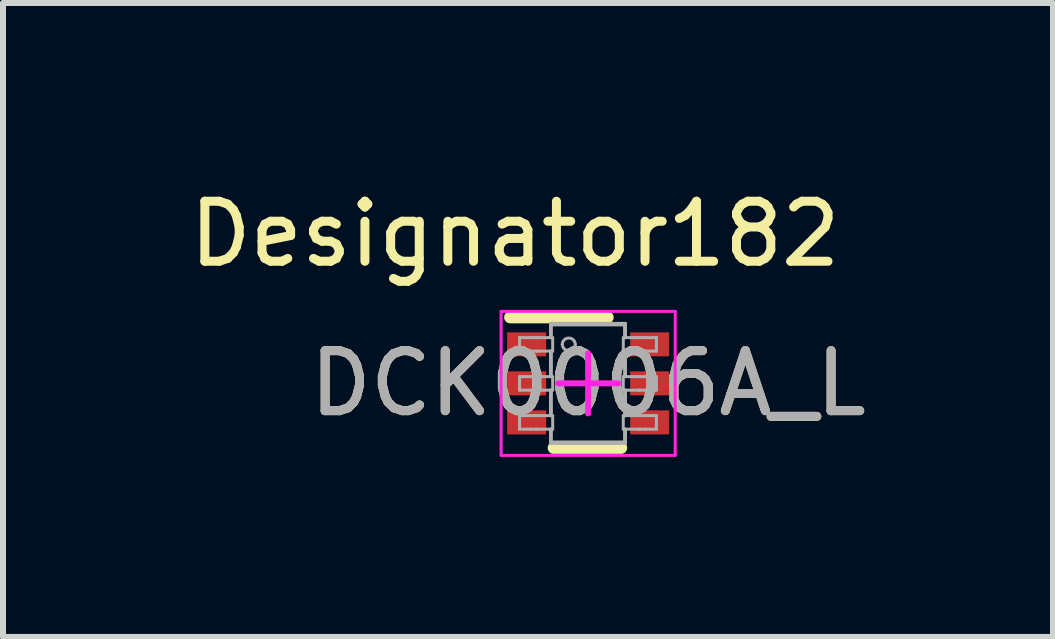
<source format=kicad_pcb>
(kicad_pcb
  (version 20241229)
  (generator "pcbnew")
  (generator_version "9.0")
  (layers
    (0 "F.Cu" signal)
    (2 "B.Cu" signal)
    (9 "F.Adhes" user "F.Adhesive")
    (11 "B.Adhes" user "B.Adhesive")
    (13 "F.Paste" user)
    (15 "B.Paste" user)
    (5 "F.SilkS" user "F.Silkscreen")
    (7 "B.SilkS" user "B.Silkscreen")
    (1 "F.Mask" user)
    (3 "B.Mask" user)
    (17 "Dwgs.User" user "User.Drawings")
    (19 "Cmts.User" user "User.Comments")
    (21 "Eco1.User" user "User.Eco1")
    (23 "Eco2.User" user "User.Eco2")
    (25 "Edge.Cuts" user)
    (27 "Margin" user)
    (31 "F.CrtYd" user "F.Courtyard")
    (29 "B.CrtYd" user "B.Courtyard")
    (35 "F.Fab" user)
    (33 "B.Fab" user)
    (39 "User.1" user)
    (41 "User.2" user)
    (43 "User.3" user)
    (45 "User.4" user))
  (footprint "DCK0006A_L"
    (layer "F.Cu")
    (at 6.749 3.337)
    (property "Reference" "DCK0006A_L" (at 0 0 0) (unlocked yes) (layer "F.SilkS") (effects (font (size 1 1) (thickness 0.15))))
    (attr smd)
    (fp_line (start -1.3 -1.1) (end 0.325 -1.1) (stroke (width 0.2) (type solid)) (layer "F.SilkS"))
    (fp_line (start -0.575 1.075) (end 0.55 1.075) (stroke (width 0.2) (type solid)) (layer "F.SilkS"))
    (fp_line (start -1.45 -1.2) (end 1.45 -1.2) (stroke (width 0.05) (type solid)) (layer "F.CrtYd"))
    (fp_line (start -1.45 1.2) (end -1.45 -1.2) (stroke (width 0.05) (type solid)) (layer "F.CrtYd"))
    (fp_line (start -1.45 1.2) (end 1.45 1.2) (stroke (width 0.05) (type solid)) (layer "F.CrtYd"))
    (fp_line (start -0.5 0) (end 0.5 0) (stroke (width 0.1) (type solid)) (layer "F.CrtYd"))
    (fp_line (start 0 0.5) (end 0 -0.5) (stroke (width 0.1) (type solid)) (layer "F.CrtYd"))
    (fp_line (start 1.45 1.2) (end 1.45 -1.2) (stroke (width 0.05) (type solid)) (layer "F.CrtYd"))
    (fp_line (start -1.143 -0.762) (end -0.959 -0.762) (stroke (width 0.05) (type solid)) (layer "F.Fab"))
    (fp_line (start -1.143 -0.537) (end -1.143 -0.762) (stroke (width 0.05) (type solid)) (layer "F.Fab"))
    (fp_line (start -1.143 -0.537) (end -0.959 -0.537) (stroke (width 0.05) (type solid)) (layer "F.Fab"))
    (fp_line (start -1.143 -0.112) (end -0.959 -0.112) (stroke (width 0.05) (type solid)) (layer "F.Fab"))
    (fp_line (start -1.143 0.113) (end -1.143 -0.112) (stroke (width 0.05) (type solid)) (layer "F.Fab"))
    (fp_line (start -1.143 0.113) (end -0.959 0.113) (stroke (width 0.05) (type solid)) (layer "F.Fab"))
    (fp_line (start -1.143 0.538) (end -0.959 0.538) (stroke (width 0.05) (type solid)) (layer "F.Fab"))
    (fp_line (start -1.143 0.763) (end -1.143 0.538) (stroke (width 0.05) (type solid)) (layer "F.Fab"))
    (fp_line (start -1.143 0.763) (end -0.959 0.763) (stroke (width 0.05) (type solid)) (layer "F.Fab"))
    (fp_line (start -0.959 -0.762) (end -0.865 -0.762) (stroke (width 0.05) (type solid)) (layer "F.Fab"))
    (fp_line (start -0.959 -0.537) (end -0.865 -0.537) (stroke (width 0.05) (type solid)) (layer "F.Fab"))
    (fp_line (start -0.959 -0.112) (end -0.865 -0.112) (stroke (width 0.05) (type solid)) (layer "F.Fab"))
    (fp_line (start -0.959 0.113) (end -0.865 0.113) (stroke (width 0.05) (type solid)) (layer "F.Fab"))
    (fp_line (start -0.959 0.538) (end -0.865 0.538) (stroke (width 0.05) (type solid)) (layer "F.Fab"))
    (fp_line (start -0.959 0.763) (end -0.865 0.763) (stroke (width 0.05) (type solid)) (layer "F.Fab"))
    (fp_line (start -0.865 -0.762) (end -0.853 -0.762) (stroke (width 0.05) (type solid)) (layer "F.Fab"))
    (fp_line (start -0.865 -0.537) (end -0.853 -0.537) (stroke (width 0.05) (type solid)) (layer "F.Fab"))
    (fp_line (start -0.865 -0.112) (end -0.853 -0.112) (stroke (width 0.05) (type solid)) (layer "F.Fab"))
    (fp_line (start -0.865 0.113) (end -0.853 0.113) (stroke (width 0.05) (type solid)) (layer "F.Fab"))
    (fp_line (start -0.865 0.538) (end -0.853 0.538) (stroke (width 0.05) (type solid)) (layer "F.Fab"))
    (fp_line (start -0.865 0.763) (end -0.853 0.763) (stroke (width 0.05) (type solid)) (layer "F.Fab"))
    (fp_line (start -0.853 -0.762) (end -0.628 -0.762) (stroke (width 0.05) (type solid)) (layer "F.Fab"))
    (fp_line (start -0.853 -0.537) (end -0.628 -0.537) (stroke (width 0.05) (type solid)) (layer "F.Fab"))
    (fp_line (start -0.853 -0.112) (end -0.628 -0.112) (stroke (width 0.05) (type solid)) (layer "F.Fab"))
    (fp_line (start -0.853 0.113) (end -0.628 0.113) (stroke (width 0.05) (type solid)) (layer "F.Fab"))
    (fp_line (start -0.853 0.538) (end -0.628 0.538) (stroke (width 0.05) (type solid)) (layer "F.Fab"))
    (fp_line (start -0.853 0.763) (end -0.628 0.763) (stroke (width 0.05) (type solid)) (layer "F.Fab"))
    (fp_line (start -0.628 -0.999) (end 0.622 -0.999) (stroke (width 0.05) (type solid)) (layer "F.Fab"))
    (fp_line (start -0.628 -0.762) (end -0.628 -0.999) (stroke (width 0.05) (type solid)) (layer "F.Fab"))
    (fp_line (start -0.628 -0.762) (end -0.591 -0.762) (stroke (width 0.05) (type solid)) (layer "F.Fab"))
    (fp_line (start -0.628 -0.537) (end -0.591 -0.537) (stroke (width 0.05) (type solid)) (layer "F.Fab"))
    (fp_line (start -0.628 -0.112) (end -0.628 -0.537) (stroke (width 0.05) (type solid)) (layer "F.Fab"))
    (fp_line (start -0.628 -0.112) (end -0.591 -0.112) (stroke (width 0.05) (type solid)) (layer "F.Fab"))
    (fp_line (start -0.628 0.113) (end -0.591 0.113) (stroke (width 0.05) (type solid)) (layer "F.Fab"))
    (fp_line (start -0.628 0.538) (end -0.628 0.113) (stroke (width 0.05) (type solid)) (layer "F.Fab"))
    (fp_line (start -0.628 0.538) (end -0.591 0.538) (stroke (width 0.05) (type solid)) (layer "F.Fab"))
    (fp_line (start -0.628 0.763) (end -0.591 0.763) (stroke (width 0.05) (type solid)) (layer "F.Fab"))
    (fp_line (start -0.628 1.001) (end -0.628 0.763) (stroke (width 0.05) (type solid)) (layer "F.Fab"))
    (fp_line (start -0.628 1.001) (end 0.622 1.001) (stroke (width 0.05) (type solid)) (layer "F.Fab"))
    (fp_line (start -0.613 -0.974) (end 0.607 -0.974) (stroke (width 0.05) (type solid)) (layer "F.Fab"))
    (fp_line (start -0.613 -0.762) (end -0.613 -0.974) (stroke (width 0.05) (type solid)) (layer "F.Fab"))
    (fp_line (start -0.613 -0.112) (end -0.613 -0.537) (stroke (width 0.05) (type solid)) (layer "F.Fab"))
    (fp_line (start -0.613 0.538) (end -0.613 0.113) (stroke (width 0.05) (type solid)) (layer "F.Fab"))
    (fp_line (start -0.613 0.976) (end -0.613 0.763) (stroke (width 0.05) (type solid)) (layer "F.Fab"))
    (fp_line (start -0.613 0.976) (end 0.607 0.976) (stroke (width 0.05) (type solid)) (layer "F.Fab"))
    (fp_line (start -0.591 -0.537) (end -0.591 -0.762) (stroke (width 0.05) (type solid)) (layer "F.Fab"))
    (fp_line (start -0.591 0.113) (end -0.591 -0.112) (stroke (width 0.05) (type solid)) (layer "F.Fab"))
    (fp_line (start -0.591 0.763) (end -0.591 0.538) (stroke (width 0.05) (type solid)) (layer "F.Fab"))
    (fp_line (start 0.585 -0.762) (end 0.622 -0.762) (stroke (width 0.05) (type solid)) (layer "F.Fab"))
    (fp_line (start 0.585 -0.537) (end 0.585 -0.762) (stroke (width 0.05) (type solid)) (layer "F.Fab"))
    (fp_line (start 0.585 -0.537) (end 0.622 -0.537) (stroke (width 0.05) (type solid)) (layer "F.Fab"))
    (fp_line (start 0.585 -0.112) (end 0.622 -0.112) (stroke (width 0.05) (type solid)) (layer "F.Fab"))
    (fp_line (start 0.585 0.113) (end 0.585 -0.112) (stroke (width 0.05) (type solid)) (layer "F.Fab"))
    (fp_line (start 0.585 0.113) (end 0.622 0.113) (stroke (width 0.05) (type solid)) (layer "F.Fab"))
    (fp_line (start 0.585 0.538) (end 0.622 0.538) (stroke (width 0.05) (type solid)) (layer "F.Fab"))
    (fp_line (start 0.585 0.763) (end 0.585 0.538) (stroke (width 0.05) (type solid)) (layer "F.Fab"))
    (fp_line (start 0.585 0.763) (end 0.622 0.763) (stroke (width 0.05) (type solid)) (layer "F.Fab"))
    (fp_line (start 0.607 -0.762) (end 0.607 -0.974) (stroke (width 0.05) (type solid)) (layer "F.Fab"))
    (fp_line (start 0.607 -0.112) (end 0.607 -0.537) (stroke (width 0.05) (type solid)) (layer "F.Fab"))
    (fp_line (start 0.607 0.538) (end 0.607 0.113) (stroke (width 0.05) (type solid)) (layer "F.Fab"))
    (fp_line (start 0.607 0.976) (end 0.607 0.763) (stroke (width 0.05) (type solid)) (layer "F.Fab"))
    (fp_line (start 0.622 -0.762) (end 0.622 -0.999) (stroke (width 0.05) (type solid)) (layer "F.Fab"))
    (fp_line (start 0.622 -0.762) (end 0.847 -0.762) (stroke (width 0.05) (type solid)) (layer "F.Fab"))
    (fp_line (start 0.622 -0.537) (end 0.847 -0.537) (stroke (width 0.05) (type solid)) (layer "F.Fab"))
    (fp_line (start 0.622 -0.112) (end 0.622 -0.537) (stroke (width 0.05) (type solid)) (layer "F.Fab"))
    (fp_line (start 0.622 -0.112) (end 0.847 -0.112) (stroke (width 0.05) (type solid)) (layer "F.Fab"))
    (fp_line (start 0.622 0.113) (end 0.847 0.113) (stroke (width 0.05) (type solid)) (layer "F.Fab"))
    (fp_line (start 0.622 0.538) (end 0.622 0.113) (stroke (width 0.05) (type solid)) (layer "F.Fab"))
    (fp_line (start 0.622 0.538) (end 0.847 0.538) (stroke (width 0.05) (type solid)) (layer "F.Fab"))
    (fp_line (start 0.622 0.763) (end 0.847 0.763) (stroke (width 0.05) (type solid)) (layer "F.Fab"))
    (fp_line (start 0.622 1.001) (end 0.622 0.763) (stroke (width 0.05) (type solid)) (layer "F.Fab"))
    (fp_line (start 0.847 -0.762) (end 0.859 -0.762) (stroke (width 0.05) (type solid)) (layer "F.Fab"))
    (fp_line (start 0.847 -0.537) (end 0.859 -0.537) (stroke (width 0.05) (type solid)) (layer "F.Fab"))
    (fp_line (start 0.847 -0.112) (end 0.859 -0.112) (stroke (width 0.05) (type solid)) (layer "F.Fab"))
    (fp_line (start 0.847 0.113) (end 0.859 0.113) (stroke (width 0.05) (type solid)) (layer "F.Fab"))
    (fp_line (start 0.847 0.538) (end 0.859 0.538) (stroke (width 0.05) (type solid)) (layer "F.Fab"))
    (fp_line (start 0.847 0.763) (end 0.859 0.763) (stroke (width 0.05) (type solid)) (layer "F.Fab"))
    (fp_line (start 0.859 -0.762) (end 0.953 -0.762) (stroke (width 0.05) (type solid)) (layer "F.Fab"))
    (fp_line (start 0.859 -0.537) (end 0.953 -0.537) (stroke (width 0.05) (type solid)) (layer "F.Fab"))
    (fp_line (start 0.859 -0.112) (end 0.953 -0.112) (stroke (width 0.05) (type solid)) (layer "F.Fab"))
    (fp_line (start 0.859 0.113) (end 0.953 0.113) (stroke (width 0.05) (type solid)) (layer "F.Fab"))
    (fp_line (start 0.859 0.538) (end 0.953 0.538) (stroke (width 0.05) (type solid)) (layer "F.Fab"))
    (fp_line (start 0.859 0.763) (end 0.953 0.763) (stroke (width 0.05) (type solid)) (layer "F.Fab"))
    (fp_line (start 0.953 -0.762) (end 1.137 -0.762) (stroke (width 0.05) (type solid)) (layer "F.Fab"))
    (fp_line (start 0.953 -0.537) (end 1.137 -0.537) (stroke (width 0.05) (type solid)) (layer "F.Fab"))
    (fp_line (start 0.953 -0.112) (end 1.137 -0.112) (stroke (width 0.05) (type solid)) (layer "F.Fab"))
    (fp_line (start 0.953 0.113) (end 1.137 0.113) (stroke (width 0.05) (type solid)) (layer "F.Fab"))
    (fp_line (start 0.953 0.538) (end 1.137 0.538) (stroke (width 0.05) (type solid)) (layer "F.Fab"))
    (fp_line (start 0.953 0.763) (end 1.137 0.763) (stroke (width 0.05) (type solid)) (layer "F.Fab"))
    (fp_line (start 1.137 -0.537) (end 1.137 -0.762) (stroke (width 0.05) (type solid)) (layer "F.Fab"))
    (fp_line (start 1.137 0.113) (end 1.137 -0.112) (stroke (width 0.05) (type solid)) (layer "F.Fab"))
    (fp_line (start 1.137 0.763) (end 1.137 0.538) (stroke (width 0.05) (type solid)) (layer "F.Fab"))
    (fp_arc (start -0.431546 -0.650138) (mid -0.323177 -0.758507) (end -0.214808 -0.650138) (stroke (width 0.05) (type solid)) (layer "F.Fab"))
    (fp_arc (start -0.214808 -0.650138) (mid -0.323177 -0.541769) (end -0.431546 -0.650138) (stroke (width 0.05) (type solid)) (layer "F.Fab"))
    (fp_text user "Designator182" (at -1.219 -2.489 0) (unlocked yes) (layer "F.SilkS") (effects (font (size 1 1) (thickness 0.15))))
    (fp_text user "${REFERENCE}" (at 0 0 0) (unlocked yes) (layer "F.Fab") (effects (font (size 1 1) (thickness 0.15))))
    (pad "1" smd rect (at -1.025 -0.65 90) (size 0.4 0.65) (layers "F.Cu" "F.Mask" "F.Paste"))
    (pad "2" smd rect (at -1.025 0 90) (size 0.4 0.65) (layers "F.Cu" "F.Mask" "F.Paste"))
    (pad "3" smd rect (at -1.025 0.65 90) (size 0.4 0.65) (layers "F.Cu" "F.Mask" "F.Paste"))
    (pad "4" smd rect (at 1.025 0.65 90) (size 0.4 0.65) (layers "F.Cu" "F.Mask" "F.Paste"))
    (pad "5" smd rect (at 1.025 0 90) (size 0.4 0.65) (layers "F.Cu" "F.Mask" "F.Paste"))
    (pad "6" smd rect (at 1.025 -0.65 90) (size 0.4 0.65) (layers "F.Cu" "F.Mask" "F.Paste")))
  (gr_rect
    (start -3 -3)
    (end 14.493 7.562)
    (stroke (width 0.1) (type default))
    (fill no)
    (layer "Edge.Cuts")))
</source>
